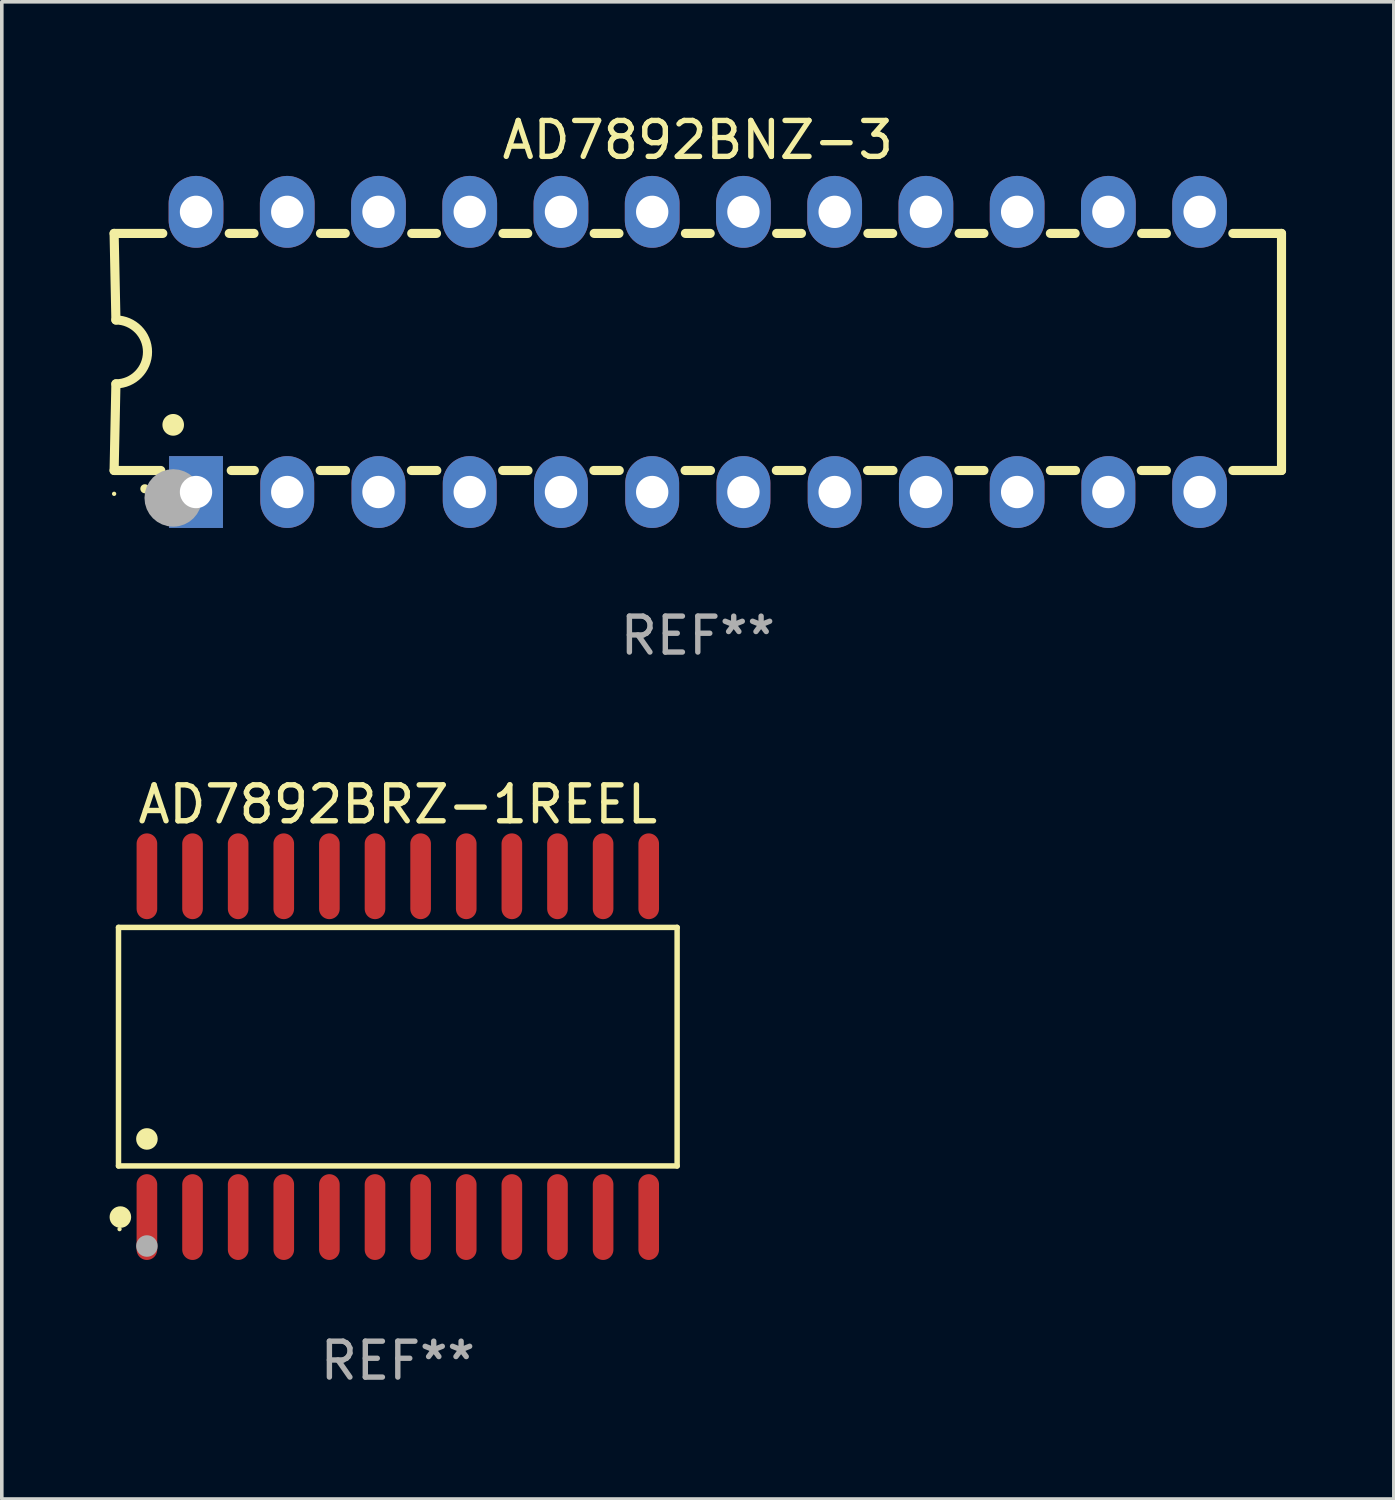
<source format=kicad_pcb>
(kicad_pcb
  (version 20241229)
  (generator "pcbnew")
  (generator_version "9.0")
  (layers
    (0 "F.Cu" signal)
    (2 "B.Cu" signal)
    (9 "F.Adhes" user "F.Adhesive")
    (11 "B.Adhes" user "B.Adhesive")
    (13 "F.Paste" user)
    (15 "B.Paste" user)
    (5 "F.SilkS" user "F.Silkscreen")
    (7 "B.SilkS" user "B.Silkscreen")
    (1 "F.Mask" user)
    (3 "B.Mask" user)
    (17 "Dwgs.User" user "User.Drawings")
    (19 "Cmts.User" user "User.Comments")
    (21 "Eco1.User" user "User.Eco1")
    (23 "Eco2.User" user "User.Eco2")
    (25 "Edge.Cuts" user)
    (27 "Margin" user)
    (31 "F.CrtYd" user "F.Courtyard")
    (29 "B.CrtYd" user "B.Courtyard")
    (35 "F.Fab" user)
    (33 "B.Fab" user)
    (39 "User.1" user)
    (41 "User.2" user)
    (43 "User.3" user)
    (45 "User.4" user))
  (footprint "AD7892BNZ-3"
    (layer "F.Cu")
    (at 16.377 6.748)
    (property "Reference" "AD7892BNZ-3" (at 0 -5.9 0) (layer "F.SilkS") (effects (font (size 1 1) (thickness 0.15))))
    (attr through_hole)
    (fp_line (start -16.25 -3.3) (end -16.2 -0.889) (stroke (width 0.254) (type solid)) (layer "F.SilkS"))
    (fp_line (start -16.25 -3.3) (end -14.895 -3.3) (stroke (width 0.254) (type solid)) (layer "F.SilkS"))
    (fp_line (start -16.25 3.3) (end -16.2 0.889) (stroke (width 0.254) (type solid)) (layer "F.SilkS"))
    (fp_line (start -16.25 3.3) (end -14.951 3.3) (stroke (width 0.254) (type solid)) (layer "F.SilkS"))
    (fp_line (start -13.045 -3.3) (end -12.355 -3.3) (stroke (width 0.254) (type solid)) (layer "F.SilkS"))
    (fp_line (start -12.989 3.3) (end -12.347 3.3) (stroke (width 0.254) (type solid)) (layer "F.SilkS"))
    (fp_line (start -10.514 3.3) (end -9.807 3.3) (stroke (width 0.254) (type solid)) (layer "F.SilkS"))
    (fp_line (start -10.505 -3.3) (end -9.815 -3.3) (stroke (width 0.254) (type solid)) (layer "F.SilkS"))
    (fp_line (start -7.974 3.3) (end -7.267 3.3) (stroke (width 0.254) (type solid)) (layer "F.SilkS"))
    (fp_line (start -7.965 -3.3) (end -7.275 -3.3) (stroke (width 0.254) (type solid)) (layer "F.SilkS"))
    (fp_line (start -5.434 3.3) (end -4.727 3.3) (stroke (width 0.254) (type solid)) (layer "F.SilkS"))
    (fp_line (start -5.425 -3.3) (end -4.735 -3.3) (stroke (width 0.254) (type solid)) (layer "F.SilkS"))
    (fp_line (start -2.894 3.3) (end -2.187 3.3) (stroke (width 0.254) (type solid)) (layer "F.SilkS"))
    (fp_line (start -2.885 -3.3) (end -2.195 -3.3) (stroke (width 0.254) (type solid)) (layer "F.SilkS"))
    (fp_line (start -0.354 3.3) (end 0.353 3.3) (stroke (width 0.254) (type solid)) (layer "F.SilkS"))
    (fp_line (start -0.345 -3.3) (end 0.345 -3.3) (stroke (width 0.254) (type solid)) (layer "F.SilkS"))
    (fp_line (start 2.186 3.3) (end 2.893 3.3) (stroke (width 0.254) (type solid)) (layer "F.SilkS"))
    (fp_line (start 2.195 -3.3) (end 2.885 -3.3) (stroke (width 0.254) (type solid)) (layer "F.SilkS"))
    (fp_line (start 4.726 3.3) (end 5.434 3.3) (stroke (width 0.254) (type solid)) (layer "F.SilkS"))
    (fp_line (start 4.735 -3.3) (end 5.425 -3.3) (stroke (width 0.254) (type solid)) (layer "F.SilkS"))
    (fp_line (start 7.266 3.3) (end 7.965 3.3) (stroke (width 0.254) (type solid)) (layer "F.SilkS"))
    (fp_line (start 7.275 -3.3) (end 7.965 -3.3) (stroke (width 0.254) (type solid)) (layer "F.SilkS"))
    (fp_line (start 9.815 -3.3) (end 10.505 -3.3) (stroke (width 0.254) (type solid)) (layer "F.SilkS"))
    (fp_line (start 9.815 3.3) (end 10.514 3.3) (stroke (width 0.254) (type solid)) (layer "F.SilkS"))
    (fp_line (start 12.346 3.3) (end 13.045 3.3) (stroke (width 0.254) (type solid)) (layer "F.SilkS"))
    (fp_line (start 12.355 -3.3) (end 13.045 -3.3) (stroke (width 0.254) (type solid)) (layer "F.SilkS"))
    (fp_line (start 16.25 -3.3) (end 14.895 -3.3) (stroke (width 0.254) (type solid)) (layer "F.SilkS"))
    (fp_line (start 16.25 -3.3) (end 16.25 3.3) (stroke (width 0.254) (type solid)) (layer "F.SilkS"))
    (fp_line (start 16.25 3.3) (end 14.895 3.3) (stroke (width 0.254) (type solid)) (layer "F.SilkS"))
    (fp_arc (start -16.201016 -0.890146) (mid -15.311429 -0.001055) (end -16.200025 0.889027) (stroke (width 0.254001) (type solid)) (layer "F.SilkS"))
    (fp_arc (start -15.394971 3.810033) (mid -15.394978 3.808763) (end -15.394971 3.807493) (stroke (width 0.25) (type solid)) (layer "F.SilkS"))
    (fp_arc (start -14.605029 2.032029) (mid -14.60504 2.029489) (end -14.605029 2.026949) (stroke (width 0.6) (type solid)) (layer "F.SilkS"))
    (fp_circle (center -16.25 3.95) (end -16.22 3.95) (stroke (width 0.06) (type solid)) (fill no) (layer "F.SilkS"))
    (fp_circle (center -14.605 4.064) (end -14.205 4.064) (stroke (width 0.8) (type solid)) (fill no) (layer "F.Fab"))
    (fp_text user "REF**" (at 0 7.9 0) (layer "F.Fab") (effects (font (size 1 1) (thickness 0.15))))
    (pad "1" thru_hole rect (at -13.97 3.9 90) (size 2 1.5) (drill 0.9) (layers "*.Cu" "*.Mask"))
    (pad "2" thru_hole oval (at -11.43 3.9 90) (size 2 1.5) (drill 0.9) (layers "*.Cu" "*.Mask"))
    (pad "3" thru_hole oval (at -8.89 3.9 90) (size 2 1.5) (drill 0.9) (layers "*.Cu" "*.Mask"))
    (pad "4" thru_hole oval (at -6.35 3.9 90) (size 2 1.5) (drill 0.9) (layers "*.Cu" "*.Mask"))
    (pad "5" thru_hole oval (at -3.81 3.9 90) (size 2 1.5) (drill 0.9) (layers "*.Cu" "*.Mask"))
    (pad "6" thru_hole oval (at -1.27 3.9 90) (size 2 1.5) (drill 0.9) (layers "*.Cu" "*.Mask"))
    (pad "7" thru_hole oval (at 1.27 3.9 90) (size 2 1.5) (drill 0.9) (layers "*.Cu" "*.Mask"))
    (pad "8" thru_hole oval (at 3.81 3.9 90) (size 2 1.5) (drill 0.9) (layers "*.Cu" "*.Mask"))
    (pad "9" thru_hole oval (at 6.35 3.9 90) (size 2 1.5) (drill 0.9) (layers "*.Cu" "*.Mask"))
    (pad "10" thru_hole oval (at 8.89 3.9 90) (size 2 1.524) (drill 0.9) (layers "*.Cu" "*.Mask"))
    (pad "11" thru_hole oval (at 11.43 3.9 90) (size 2 1.5) (drill 0.9) (layers "*.Cu" "*.Mask"))
    (pad "12" thru_hole oval (at 13.97 3.9 90) (size 2 1.524) (drill 0.9) (layers "*.Cu" "*.Mask"))
    (pad "13" thru_hole oval (at 13.97 -3.9 90) (size 2 1.524) (drill 0.9) (layers "*.Cu" "*.Mask"))
    (pad "14" thru_hole oval (at 11.43 -3.9 90) (size 2 1.524) (drill 0.9) (layers "*.Cu" "*.Mask"))
    (pad "15" thru_hole oval (at 8.89 -3.9 90) (size 2 1.524) (drill 0.9) (layers "*.Cu" "*.Mask"))
    (pad "16" thru_hole oval (at 6.35 -3.9 90) (size 2 1.524) (drill 0.9) (layers "*.Cu" "*.Mask"))
    (pad "17" thru_hole oval (at 3.81 -3.9 90) (size 2 1.524) (drill 0.9) (layers "*.Cu" "*.Mask"))
    (pad "18" thru_hole oval (at 1.27 -3.9 90) (size 2 1.524) (drill 0.9) (layers "*.Cu" "*.Mask"))
    (pad "19" thru_hole oval (at -1.27 -3.9 90) (size 2 1.524) (drill 0.9) (layers "*.Cu" "*.Mask"))
    (pad "20" thru_hole oval (at -3.81 -3.9 90) (size 2 1.524) (drill 0.9) (layers "*.Cu" "*.Mask"))
    (pad "21" thru_hole oval (at -6.35 -3.9 90) (size 2 1.524) (drill 0.9) (layers "*.Cu" "*.Mask"))
    (pad "22" thru_hole oval (at -8.89 -3.9 90) (size 2 1.524) (drill 0.9) (layers "*.Cu" "*.Mask"))
    (pad "23" thru_hole oval (at -11.43 -3.9 90) (size 2 1.524) (drill 0.9) (layers "*.Cu" "*.Mask"))
    (pad "24" thru_hole oval (at -13.97 -3.9 90) (size 2 1.524) (drill 0.9) (layers "*.Cu" "*.Mask")))
  (footprint "AD7892BRZ-1REEL"
    (layer "F.Cu")
    (at 8.025 26.089)
    (property "Reference" "AD7892BRZ-1REEL" (at 0 -6.744 0) (layer "F.SilkS") (effects (font (size 1 1) (thickness 0.15))))
    (attr through_hole)
    (fp_line (start -7.776 -3.321) (end 7.776 -3.321) (stroke (width 0.152) (type solid)) (layer "F.SilkS"))
    (fp_line (start -7.776 3.321) (end -7.776 -3.321) (stroke (width 0.152) (type solid)) (layer "F.SilkS"))
    (fp_line (start 7.776 -3.321) (end 7.776 3.321) (stroke (width 0.152) (type solid)) (layer "F.SilkS"))
    (fp_line (start 7.776 3.321) (end -7.776 3.321) (stroke (width 0.152) (type solid)) (layer "F.SilkS"))
    (fp_circle (center -7.747 5.08) (end -7.717 5.08) (stroke (width 0.06) (type solid)) (fill no) (layer "F.SilkS"))
    (fp_circle (center -7.724 4.744) (end -7.574 4.744) (stroke (width 0.3) (type solid)) (fill no) (layer "F.SilkS"))
    (fp_circle (center -6.985 2.569) (end -6.835 2.569) (stroke (width 0.3) (type solid)) (fill no) (layer "F.SilkS"))
    (fp_circle (center -6.985 5.55) (end -6.835 5.55) (stroke (width 0.3) (type solid)) (fill no) (layer "F.Fab"))
    (fp_text user "REF**" (at 0 8.744 0) (layer "F.Fab") (effects (font (size 1 1) (thickness 0.15))))
    (pad "1" smd oval (at -6.985 4.744) (size 0.574 2.388) (layers "F.Cu" "F.Mask" "F.Paste"))
    (pad "2" smd oval (at -5.715 4.744) (size 0.574 2.388) (layers "F.Cu" "F.Mask" "F.Paste"))
    (pad "3" smd oval (at -4.445 4.744) (size 0.574 2.388) (layers "F.Cu" "F.Mask" "F.Paste"))
    (pad "4" smd oval (at -3.175 4.744) (size 0.574 2.388) (layers "F.Cu" "F.Mask" "F.Paste"))
    (pad "5" smd oval (at -1.905 4.744) (size 0.574 2.388) (layers "F.Cu" "F.Mask" "F.Paste"))
    (pad "6" smd oval (at -0.635 4.744) (size 0.574 2.388) (layers "F.Cu" "F.Mask" "F.Paste"))
    (pad "7" smd oval (at 0.635 4.744) (size 0.574 2.388) (layers "F.Cu" "F.Mask" "F.Paste"))
    (pad "8" smd oval (at 1.905 4.744) (size 0.574 2.388) (layers "F.Cu" "F.Mask" "F.Paste"))
    (pad "9" smd oval (at 3.175 4.744) (size 0.574 2.388) (layers "F.Cu" "F.Mask" "F.Paste"))
    (pad "10" smd oval (at 4.445 4.744) (size 0.574 2.388) (layers "F.Cu" "F.Mask" "F.Paste"))
    (pad "11" smd oval (at 5.715 4.744) (size 0.574 2.388) (layers "F.Cu" "F.Mask" "F.Paste"))
    (pad "12" smd oval (at 6.985 4.744) (size 0.574 2.388) (layers "F.Cu" "F.Mask" "F.Paste"))
    (pad "13" smd oval (at 6.985 -4.744) (size 0.574 2.388) (layers "F.Cu" "F.Mask" "F.Paste"))
    (pad "14" smd oval (at 5.715 -4.744) (size 0.574 2.388) (layers "F.Cu" "F.Mask" "F.Paste"))
    (pad "15" smd oval (at 4.445 -4.744) (size 0.574 2.388) (layers "F.Cu" "F.Mask" "F.Paste"))
    (pad "16" smd oval (at 3.175 -4.744) (size 0.574 2.388) (layers "F.Cu" "F.Mask" "F.Paste"))
    (pad "17" smd oval (at 1.905 -4.744) (size 0.574 2.388) (layers "F.Cu" "F.Mask" "F.Paste"))
    (pad "18" smd oval (at 0.635 -4.744) (size 0.574 2.388) (layers "F.Cu" "F.Mask" "F.Paste"))
    (pad "19" smd oval (at -0.635 -4.744) (size 0.574 2.388) (layers "F.Cu" "F.Mask" "F.Paste"))
    (pad "20" smd oval (at -1.905 -4.744) (size 0.574 2.388) (layers "F.Cu" "F.Mask" "F.Paste"))
    (pad "21" smd oval (at -3.175 -4.744) (size 0.574 2.388) (layers "F.Cu" "F.Mask" "F.Paste"))
    (pad "22" smd oval (at -4.445 -4.744) (size 0.574 2.388) (layers "F.Cu" "F.Mask" "F.Paste"))
    (pad "23" smd oval (at -5.715 -4.744) (size 0.574 2.388) (layers "F.Cu" "F.Mask" "F.Paste"))
    (pad "24" smd oval (at -6.985 -4.744) (size 0.574 2.388) (layers "F.Cu" "F.Mask" "F.Paste")))
  (gr_rect
    (start -3 -3)
    (end 35.754 38.681)
    (stroke (width 0.1) (type default))
    (fill no)
    (layer "Edge.Cuts")))
</source>
